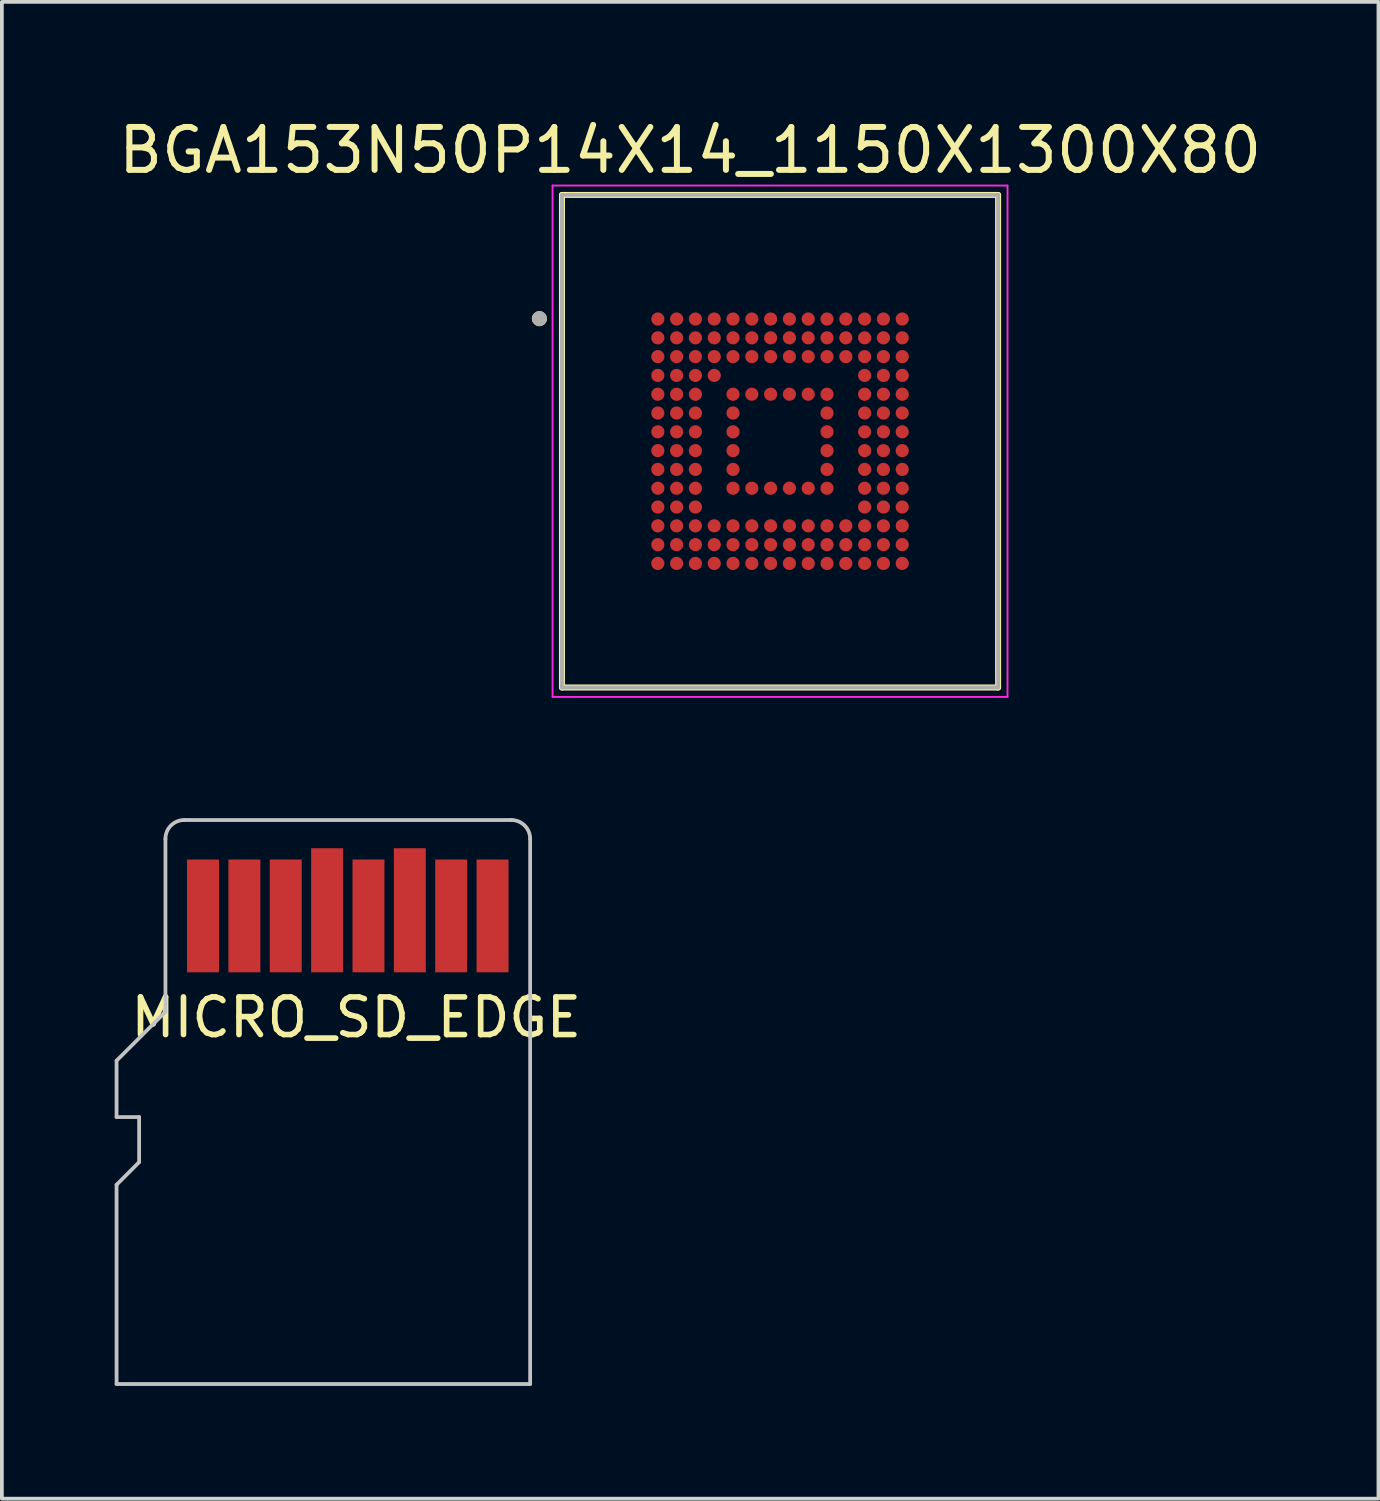
<source format=kicad_pcb>
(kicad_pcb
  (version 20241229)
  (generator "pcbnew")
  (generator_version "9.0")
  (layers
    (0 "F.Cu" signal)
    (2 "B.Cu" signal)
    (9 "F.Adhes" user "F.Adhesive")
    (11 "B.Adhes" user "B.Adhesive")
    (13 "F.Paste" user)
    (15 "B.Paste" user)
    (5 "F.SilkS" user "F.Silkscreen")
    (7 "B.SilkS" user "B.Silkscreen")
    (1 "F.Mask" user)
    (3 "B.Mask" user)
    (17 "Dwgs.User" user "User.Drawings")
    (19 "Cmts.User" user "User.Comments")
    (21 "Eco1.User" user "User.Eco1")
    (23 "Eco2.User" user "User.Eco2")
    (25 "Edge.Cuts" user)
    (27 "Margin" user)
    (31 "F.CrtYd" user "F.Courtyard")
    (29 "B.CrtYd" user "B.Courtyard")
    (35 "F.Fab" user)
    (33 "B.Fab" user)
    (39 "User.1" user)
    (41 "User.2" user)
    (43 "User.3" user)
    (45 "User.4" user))
  (footprint "BGA153N50P14X14_1150X1300X80"
    (layer "F.Cu")
    (at 17.696 8.685)
    (property "Reference" "BGA153N50P14X14_1150X1300X80" (at -2.39 -7.737 0) (layer "F.SilkS") (effects (font (size 1.141 1.141) (thickness 0.16))))
    (attr through_hole)
    (fp_line (start -5.8 6.55) (end -5.8 -6.55) (stroke (width 0.16) (type solid)) (layer "F.SilkS"))
    (fp_line (start 5.8 -6.55) (end -5.8 -6.55) (stroke (width 0.16) (type solid)) (layer "F.SilkS"))
    (fp_line (start 5.8 6.55) (end -5.8 6.55) (stroke (width 0.16) (type solid)) (layer "F.SilkS"))
    (fp_line (start 5.8 6.55) (end 5.8 -6.55) (stroke (width 0.16) (type solid)) (layer "F.SilkS"))
    (fp_circle (center -6.4 -3.26) (end -6.3 -3.26) (stroke (width 0.2) (type solid)) (fill no) (layer "F.SilkS"))
    (fp_line (start -6.05 -6.8) (end 6.05 -6.8) (stroke (width 0.05) (type solid)) (layer "F.CrtYd"))
    (fp_line (start -6.05 6.8) (end -6.05 -6.8) (stroke (width 0.05) (type solid)) (layer "F.CrtYd"))
    (fp_line (start -6.05 6.8) (end 6.05 6.8) (stroke (width 0.05) (type solid)) (layer "F.CrtYd"))
    (fp_line (start 6.05 6.8) (end 6.05 -6.8) (stroke (width 0.05) (type solid)) (layer "F.CrtYd"))
    (fp_line (start -5.8 6.55) (end -5.8 -6.55) (stroke (width 0.1) (type solid)) (layer "F.Fab"))
    (fp_line (start 5.8 -6.55) (end -5.8 -6.55) (stroke (width 0.1) (type solid)) (layer "F.Fab"))
    (fp_line (start 5.8 6.55) (end -5.8 6.55) (stroke (width 0.1) (type solid)) (layer "F.Fab"))
    (fp_line (start 5.8 6.55) (end 5.8 -6.55) (stroke (width 0.1) (type solid)) (layer "F.Fab"))
    (fp_circle (center -6.4 -3.26) (end -6.3 -3.26) (stroke (width 0.2) (type solid)) (fill no) (layer "F.Fab"))
    (pad "A1" smd circle (at -3.25 -3.25) (size 0.35 0.35) (layers "F.Cu" "F.Mask" "F.Paste"))
    (pad "A2" smd circle (at -2.75 -3.25) (size 0.35 0.35) (layers "F.Cu" "F.Mask" "F.Paste"))
    (pad "A3" smd circle (at -2.25 -3.25) (size 0.35 0.35) (layers "F.Cu" "F.Mask" "F.Paste"))
    (pad "A4" smd circle (at -1.75 -3.25) (size 0.35 0.35) (layers "F.Cu" "F.Mask" "F.Paste"))
    (pad "A5" smd circle (at -1.25 -3.25) (size 0.35 0.35) (layers "F.Cu" "F.Mask" "F.Paste"))
    (pad "A6" smd circle (at -0.75 -3.25) (size 0.35 0.35) (layers "F.Cu" "F.Mask" "F.Paste"))
    (pad "A7" smd circle (at -0.25 -3.25) (size 0.35 0.35) (layers "F.Cu" "F.Mask" "F.Paste"))
    (pad "A8" smd circle (at 0.25 -3.25) (size 0.35 0.35) (layers "F.Cu" "F.Mask" "F.Paste"))
    (pad "A9" smd circle (at 0.75 -3.25) (size 0.35 0.35) (layers "F.Cu" "F.Mask" "F.Paste"))
    (pad "A10" smd circle (at 1.25 -3.25) (size 0.35 0.35) (layers "F.Cu" "F.Mask" "F.Paste"))
    (pad "A11" smd circle (at 1.75 -3.25) (size 0.35 0.35) (layers "F.Cu" "F.Mask" "F.Paste"))
    (pad "A12" smd circle (at 2.25 -3.25) (size 0.35 0.35) (layers "F.Cu" "F.Mask" "F.Paste"))
    (pad "A13" smd circle (at 2.75 -3.25) (size 0.35 0.35) (layers "F.Cu" "F.Mask" "F.Paste"))
    (pad "A14" smd circle (at 3.25 -3.25) (size 0.35 0.35) (layers "F.Cu" "F.Mask" "F.Paste"))
    (pad "B1" smd circle (at -3.25 -2.75) (size 0.35 0.35) (layers "F.Cu" "F.Mask" "F.Paste"))
    (pad "B2" smd circle (at -2.75 -2.75) (size 0.35 0.35) (layers "F.Cu" "F.Mask" "F.Paste"))
    (pad "B3" smd circle (at -2.25 -2.75) (size 0.35 0.35) (layers "F.Cu" "F.Mask" "F.Paste"))
    (pad "B4" smd circle (at -1.75 -2.75) (size 0.35 0.35) (layers "F.Cu" "F.Mask" "F.Paste"))
    (pad "B5" smd circle (at -1.25 -2.75) (size 0.35 0.35) (layers "F.Cu" "F.Mask" "F.Paste"))
    (pad "B6" smd circle (at -0.75 -2.75) (size 0.35 0.35) (layers "F.Cu" "F.Mask" "F.Paste"))
    (pad "B7" smd circle (at -0.25 -2.75) (size 0.35 0.35) (layers "F.Cu" "F.Mask" "F.Paste"))
    (pad "B8" smd circle (at 0.25 -2.75) (size 0.35 0.35) (layers "F.Cu" "F.Mask" "F.Paste"))
    (pad "B9" smd circle (at 0.75 -2.75) (size 0.35 0.35) (layers "F.Cu" "F.Mask" "F.Paste"))
    (pad "B10" smd circle (at 1.25 -2.75) (size 0.35 0.35) (layers "F.Cu" "F.Mask" "F.Paste"))
    (pad "B11" smd circle (at 1.75 -2.75) (size 0.35 0.35) (layers "F.Cu" "F.Mask" "F.Paste"))
    (pad "B12" smd circle (at 2.25 -2.75) (size 0.35 0.35) (layers "F.Cu" "F.Mask" "F.Paste"))
    (pad "B13" smd circle (at 2.75 -2.75) (size 0.35 0.35) (layers "F.Cu" "F.Mask" "F.Paste"))
    (pad "B14" smd circle (at 3.25 -2.75) (size 0.35 0.35) (layers "F.Cu" "F.Mask" "F.Paste"))
    (pad "C1" smd circle (at -3.25 -2.25) (size 0.35 0.35) (layers "F.Cu" "F.Mask" "F.Paste"))
    (pad "C2" smd circle (at -2.75 -2.25) (size 0.35 0.35) (layers "F.Cu" "F.Mask" "F.Paste"))
    (pad "C3" smd circle (at -2.25 -2.25) (size 0.35 0.35) (layers "F.Cu" "F.Mask" "F.Paste"))
    (pad "C4" smd circle (at -1.75 -2.25) (size 0.35 0.35) (layers "F.Cu" "F.Mask" "F.Paste"))
    (pad "C5" smd circle (at -1.25 -2.25) (size 0.35 0.35) (layers "F.Cu" "F.Mask" "F.Paste"))
    (pad "C6" smd circle (at -0.75 -2.25) (size 0.35 0.35) (layers "F.Cu" "F.Mask" "F.Paste"))
    (pad "C7" smd circle (at -0.25 -2.25) (size 0.35 0.35) (layers "F.Cu" "F.Mask" "F.Paste"))
    (pad "C8" smd circle (at 0.25 -2.25) (size 0.35 0.35) (layers "F.Cu" "F.Mask" "F.Paste"))
    (pad "C9" smd circle (at 0.75 -2.25) (size 0.35 0.35) (layers "F.Cu" "F.Mask" "F.Paste"))
    (pad "C10" smd circle (at 1.25 -2.25) (size 0.35 0.35) (layers "F.Cu" "F.Mask" "F.Paste"))
    (pad "C11" smd circle (at 1.75 -2.25) (size 0.35 0.35) (layers "F.Cu" "F.Mask" "F.Paste"))
    (pad "C12" smd circle (at 2.25 -2.25) (size 0.35 0.35) (layers "F.Cu" "F.Mask" "F.Paste"))
    (pad "C13" smd circle (at 2.75 -2.25) (size 0.35 0.35) (layers "F.Cu" "F.Mask" "F.Paste"))
    (pad "C14" smd circle (at 3.25 -2.25) (size 0.35 0.35) (layers "F.Cu" "F.Mask" "F.Paste"))
    (pad "D1" smd circle (at -3.25 -1.75) (size 0.35 0.35) (layers "F.Cu" "F.Mask" "F.Paste"))
    (pad "D2" smd circle (at -2.75 -1.75) (size 0.35 0.35) (layers "F.Cu" "F.Mask" "F.Paste"))
    (pad "D3" smd circle (at -2.25 -1.75) (size 0.35 0.35) (layers "F.Cu" "F.Mask" "F.Paste"))
    (pad "D4" smd circle (at -1.75 -1.75) (size 0.35 0.35) (layers "F.Cu" "F.Mask" "F.Paste"))
    (pad "D12" smd circle (at 2.25 -1.75) (size 0.35 0.35) (layers "F.Cu" "F.Mask" "F.Paste"))
    (pad "D13" smd circle (at 2.75 -1.75) (size 0.35 0.35) (layers "F.Cu" "F.Mask" "F.Paste"))
    (pad "D14" smd circle (at 3.25 -1.75) (size 0.35 0.35) (layers "F.Cu" "F.Mask" "F.Paste"))
    (pad "E1" smd circle (at -3.25 -1.25) (size 0.35 0.35) (layers "F.Cu" "F.Mask" "F.Paste"))
    (pad "E2" smd circle (at -2.75 -1.25) (size 0.35 0.35) (layers "F.Cu" "F.Mask" "F.Paste"))
    (pad "E3" smd circle (at -2.25 -1.25) (size 0.35 0.35) (layers "F.Cu" "F.Mask" "F.Paste"))
    (pad "E5" smd circle (at -1.25 -1.25) (size 0.35 0.35) (layers "F.Cu" "F.Mask" "F.Paste"))
    (pad "E6" smd circle (at -0.75 -1.25) (size 0.35 0.35) (layers "F.Cu" "F.Mask" "F.Paste"))
    (pad "E7" smd circle (at -0.25 -1.25) (size 0.35 0.35) (layers "F.Cu" "F.Mask" "F.Paste"))
    (pad "E8" smd circle (at 0.25 -1.25) (size 0.35 0.35) (layers "F.Cu" "F.Mask" "F.Paste"))
    (pad "E9" smd circle (at 0.75 -1.25) (size 0.35 0.35) (layers "F.Cu" "F.Mask" "F.Paste"))
    (pad "E10" smd circle (at 1.25 -1.25) (size 0.35 0.35) (layers "F.Cu" "F.Mask" "F.Paste"))
    (pad "E12" smd circle (at 2.25 -1.25) (size 0.35 0.35) (layers "F.Cu" "F.Mask" "F.Paste"))
    (pad "E13" smd circle (at 2.75 -1.25) (size 0.35 0.35) (layers "F.Cu" "F.Mask" "F.Paste"))
    (pad "E14" smd circle (at 3.25 -1.25) (size 0.35 0.35) (layers "F.Cu" "F.Mask" "F.Paste"))
    (pad "F1" smd circle (at -3.25 -0.75) (size 0.35 0.35) (layers "F.Cu" "F.Mask" "F.Paste"))
    (pad "F2" smd circle (at -2.75 -0.75) (size 0.35 0.35) (layers "F.Cu" "F.Mask" "F.Paste"))
    (pad "F3" smd circle (at -2.25 -0.75) (size 0.35 0.35) (layers "F.Cu" "F.Mask" "F.Paste"))
    (pad "F5" smd circle (at -1.25 -0.75) (size 0.35 0.35) (layers "F.Cu" "F.Mask" "F.Paste"))
    (pad "F10" smd circle (at 1.25 -0.75) (size 0.35 0.35) (layers "F.Cu" "F.Mask" "F.Paste"))
    (pad "F12" smd circle (at 2.25 -0.75) (size 0.35 0.35) (layers "F.Cu" "F.Mask" "F.Paste"))
    (pad "F13" smd circle (at 2.75 -0.75) (size 0.35 0.35) (layers "F.Cu" "F.Mask" "F.Paste"))
    (pad "F14" smd circle (at 3.25 -0.75) (size 0.35 0.35) (layers "F.Cu" "F.Mask" "F.Paste"))
    (pad "G1" smd circle (at -3.25 -0.25) (size 0.35 0.35) (layers "F.Cu" "F.Mask" "F.Paste"))
    (pad "G2" smd circle (at -2.75 -0.25) (size 0.35 0.35) (layers "F.Cu" "F.Mask" "F.Paste"))
    (pad "G3" smd circle (at -2.25 -0.25) (size 0.35 0.35) (layers "F.Cu" "F.Mask" "F.Paste"))
    (pad "G5" smd circle (at -1.25 -0.25) (size 0.35 0.35) (layers "F.Cu" "F.Mask" "F.Paste"))
    (pad "G10" smd circle (at 1.25 -0.25) (size 0.35 0.35) (layers "F.Cu" "F.Mask" "F.Paste"))
    (pad "G12" smd circle (at 2.25 -0.25) (size 0.35 0.35) (layers "F.Cu" "F.Mask" "F.Paste"))
    (pad "G13" smd circle (at 2.75 -0.25) (size 0.35 0.35) (layers "F.Cu" "F.Mask" "F.Paste"))
    (pad "G14" smd circle (at 3.25 -0.25) (size 0.35 0.35) (layers "F.Cu" "F.Mask" "F.Paste"))
    (pad "H1" smd circle (at -3.25 0.25) (size 0.35 0.35) (layers "F.Cu" "F.Mask" "F.Paste"))
    (pad "H2" smd circle (at -2.75 0.25) (size 0.35 0.35) (layers "F.Cu" "F.Mask" "F.Paste"))
    (pad "H3" smd circle (at -2.25 0.25) (size 0.35 0.35) (layers "F.Cu" "F.Mask" "F.Paste"))
    (pad "H5" smd circle (at -1.25 0.25) (size 0.35 0.35) (layers "F.Cu" "F.Mask" "F.Paste"))
    (pad "H10" smd circle (at 1.25 0.25) (size 0.35 0.35) (layers "F.Cu" "F.Mask" "F.Paste"))
    (pad "H12" smd circle (at 2.25 0.25) (size 0.35 0.35) (layers "F.Cu" "F.Mask" "F.Paste"))
    (pad "H13" smd circle (at 2.75 0.25) (size 0.35 0.35) (layers "F.Cu" "F.Mask" "F.Paste"))
    (pad "H14" smd circle (at 3.25 0.25) (size 0.35 0.35) (layers "F.Cu" "F.Mask" "F.Paste"))
    (pad "J1" smd circle (at -3.25 0.75) (size 0.35 0.35) (layers "F.Cu" "F.Mask" "F.Paste"))
    (pad "J2" smd circle (at -2.75 0.75) (size 0.35 0.35) (layers "F.Cu" "F.Mask" "F.Paste"))
    (pad "J3" smd circle (at -2.25 0.75) (size 0.35 0.35) (layers "F.Cu" "F.Mask" "F.Paste"))
    (pad "J5" smd circle (at -1.25 0.75) (size 0.35 0.35) (layers "F.Cu" "F.Mask" "F.Paste"))
    (pad "J10" smd circle (at 1.25 0.75) (size 0.35 0.35) (layers "F.Cu" "F.Mask" "F.Paste"))
    (pad "J12" smd circle (at 2.25 0.75) (size 0.35 0.35) (layers "F.Cu" "F.Mask" "F.Paste"))
    (pad "J13" smd circle (at 2.75 0.75) (size 0.35 0.35) (layers "F.Cu" "F.Mask" "F.Paste"))
    (pad "J14" smd circle (at 3.25 0.75) (size 0.35 0.35) (layers "F.Cu" "F.Mask" "F.Paste"))
    (pad "K1" smd circle (at -3.25 1.25) (size 0.35 0.35) (layers "F.Cu" "F.Mask" "F.Paste"))
    (pad "K2" smd circle (at -2.75 1.25) (size 0.35 0.35) (layers "F.Cu" "F.Mask" "F.Paste"))
    (pad "K3" smd circle (at -2.25 1.25) (size 0.35 0.35) (layers "F.Cu" "F.Mask" "F.Paste"))
    (pad "K5" smd circle (at -1.25 1.25) (size 0.35 0.35) (layers "F.Cu" "F.Mask" "F.Paste"))
    (pad "K6" smd circle (at -0.75 1.25) (size 0.35 0.35) (layers "F.Cu" "F.Mask" "F.Paste"))
    (pad "K7" smd circle (at -0.25 1.25) (size 0.35 0.35) (layers "F.Cu" "F.Mask" "F.Paste"))
    (pad "K8" smd circle (at 0.25 1.25) (size 0.35 0.35) (layers "F.Cu" "F.Mask" "F.Paste"))
    (pad "K9" smd circle (at 0.75 1.25) (size 0.35 0.35) (layers "F.Cu" "F.Mask" "F.Paste"))
    (pad "K10" smd circle (at 1.25 1.25) (size 0.35 0.35) (layers "F.Cu" "F.Mask" "F.Paste"))
    (pad "K12" smd circle (at 2.25 1.25) (size 0.35 0.35) (layers "F.Cu" "F.Mask" "F.Paste"))
    (pad "K13" smd circle (at 2.75 1.25) (size 0.35 0.35) (layers "F.Cu" "F.Mask" "F.Paste"))
    (pad "K14" smd circle (at 3.25 1.25) (size 0.35 0.35) (layers "F.Cu" "F.Mask" "F.Paste"))
    (pad "L1" smd circle (at -3.25 1.75) (size 0.35 0.35) (layers "F.Cu" "F.Mask" "F.Paste"))
    (pad "L2" smd circle (at -2.75 1.75) (size 0.35 0.35) (layers "F.Cu" "F.Mask" "F.Paste"))
    (pad "L3" smd circle (at -2.25 1.75) (size 0.35 0.35) (layers "F.Cu" "F.Mask" "F.Paste"))
    (pad "L12" smd circle (at 2.25 1.75) (size 0.35 0.35) (layers "F.Cu" "F.Mask" "F.Paste"))
    (pad "L13" smd circle (at 2.75 1.75) (size 0.35 0.35) (layers "F.Cu" "F.Mask" "F.Paste"))
    (pad "L14" smd circle (at 3.25 1.75) (size 0.35 0.35) (layers "F.Cu" "F.Mask" "F.Paste"))
    (pad "M1" smd circle (at -3.25 2.25) (size 0.35 0.35) (layers "F.Cu" "F.Mask" "F.Paste"))
    (pad "M2" smd circle (at -2.75 2.25) (size 0.35 0.35) (layers "F.Cu" "F.Mask" "F.Paste"))
    (pad "M3" smd circle (at -2.25 2.25) (size 0.35 0.35) (layers "F.Cu" "F.Mask" "F.Paste"))
    (pad "M4" smd circle (at -1.75 2.25) (size 0.35 0.35) (layers "F.Cu" "F.Mask" "F.Paste"))
    (pad "M5" smd circle (at -1.25 2.25) (size 0.35 0.35) (layers "F.Cu" "F.Mask" "F.Paste"))
    (pad "M6" smd circle (at -0.75 2.25) (size 0.35 0.35) (layers "F.Cu" "F.Mask" "F.Paste"))
    (pad "M7" smd circle (at -0.25 2.25) (size 0.35 0.35) (layers "F.Cu" "F.Mask" "F.Paste"))
    (pad "M8" smd circle (at 0.25 2.25) (size 0.35 0.35) (layers "F.Cu" "F.Mask" "F.Paste"))
    (pad "M9" smd circle (at 0.75 2.25) (size 0.35 0.35) (layers "F.Cu" "F.Mask" "F.Paste"))
    (pad "M10" smd circle (at 1.25 2.25) (size 0.35 0.35) (layers "F.Cu" "F.Mask" "F.Paste"))
    (pad "M11" smd circle (at 1.75 2.25) (size 0.35 0.35) (layers "F.Cu" "F.Mask" "F.Paste"))
    (pad "M12" smd circle (at 2.25 2.25) (size 0.35 0.35) (layers "F.Cu" "F.Mask" "F.Paste"))
    (pad "M13" smd circle (at 2.75 2.25) (size 0.35 0.35) (layers "F.Cu" "F.Mask" "F.Paste"))
    (pad "M14" smd circle (at 3.25 2.25) (size 0.35 0.35) (layers "F.Cu" "F.Mask" "F.Paste"))
    (pad "N1" smd circle (at -3.25 2.75) (size 0.35 0.35) (layers "F.Cu" "F.Mask" "F.Paste"))
    (pad "N2" smd circle (at -2.75 2.75) (size 0.35 0.35) (layers "F.Cu" "F.Mask" "F.Paste"))
    (pad "N3" smd circle (at -2.25 2.75) (size 0.35 0.35) (layers "F.Cu" "F.Mask" "F.Paste"))
    (pad "N4" smd circle (at -1.75 2.75) (size 0.35 0.35) (layers "F.Cu" "F.Mask" "F.Paste"))
    (pad "N5" smd circle (at -1.25 2.75) (size 0.35 0.35) (layers "F.Cu" "F.Mask" "F.Paste"))
    (pad "N6" smd circle (at -0.75 2.75) (size 0.35 0.35) (layers "F.Cu" "F.Mask" "F.Paste"))
    (pad "N7" smd circle (at -0.25 2.75) (size 0.35 0.35) (layers "F.Cu" "F.Mask" "F.Paste"))
    (pad "N8" smd circle (at 0.25 2.75) (size 0.35 0.35) (layers "F.Cu" "F.Mask" "F.Paste"))
    (pad "N9" smd circle (at 0.75 2.75) (size 0.35 0.35) (layers "F.Cu" "F.Mask" "F.Paste"))
    (pad "N10" smd circle (at 1.25 2.75) (size 0.35 0.35) (layers "F.Cu" "F.Mask" "F.Paste"))
    (pad "N11" smd circle (at 1.75 2.75) (size 0.35 0.35) (layers "F.Cu" "F.Mask" "F.Paste"))
    (pad "N12" smd circle (at 2.25 2.75) (size 0.35 0.35) (layers "F.Cu" "F.Mask" "F.Paste"))
    (pad "N13" smd circle (at 2.75 2.75) (size 0.35 0.35) (layers "F.Cu" "F.Mask" "F.Paste"))
    (pad "N14" smd circle (at 3.25 2.75) (size 0.35 0.35) (layers "F.Cu" "F.Mask" "F.Paste"))
    (pad "P1" smd circle (at -3.25 3.25) (size 0.35 0.35) (layers "F.Cu" "F.Mask" "F.Paste"))
    (pad "P2" smd circle (at -2.75 3.25) (size 0.35 0.35) (layers "F.Cu" "F.Mask" "F.Paste"))
    (pad "P3" smd circle (at -2.25 3.25) (size 0.35 0.35) (layers "F.Cu" "F.Mask" "F.Paste"))
    (pad "P4" smd circle (at -1.75 3.25) (size 0.35 0.35) (layers "F.Cu" "F.Mask" "F.Paste"))
    (pad "P5" smd circle (at -1.25 3.25) (size 0.35 0.35) (layers "F.Cu" "F.Mask" "F.Paste"))
    (pad "P6" smd circle (at -0.75 3.25) (size 0.35 0.35) (layers "F.Cu" "F.Mask" "F.Paste"))
    (pad "P7" smd circle (at -0.25 3.25) (size 0.35 0.35) (layers "F.Cu" "F.Mask" "F.Paste"))
    (pad "P8" smd circle (at 0.25 3.25) (size 0.35 0.35) (layers "F.Cu" "F.Mask" "F.Paste"))
    (pad "P9" smd circle (at 0.75 3.25) (size 0.35 0.35) (layers "F.Cu" "F.Mask" "F.Paste"))
    (pad "P10" smd circle (at 1.25 3.25) (size 0.35 0.35) (layers "F.Cu" "F.Mask" "F.Paste"))
    (pad "P11" smd circle (at 1.75 3.25) (size 0.35 0.35) (layers "F.Cu" "F.Mask" "F.Paste"))
    (pad "P12" smd circle (at 2.25 3.25) (size 0.35 0.35) (layers "F.Cu" "F.Mask" "F.Paste"))
    (pad "P13" smd circle (at 2.75 3.25) (size 0.35 0.35) (layers "F.Cu" "F.Mask" "F.Paste"))
    (pad "P14" smd circle (at 3.25 3.25) (size 0.35 0.35) (layers "F.Cu" "F.Mask" "F.Paste")))
  (footprint "MICRO_SD_EDGE"
    (layer "F.Cu")
    (at 11.05 18.76)
    (property "Reference" "MICRO_SD_EDGE" (at -4.625 5.25 0) (layer "F.SilkS") (effects (font (size 1 1) (thickness 0.15))))
    (attr exclude_from_pos_files exclude_from_bom)
    (fp_line (start -11 6.4) (end -11 7.9) (stroke (width 0.1) (type solid)) (layer "Dwgs.User"))
    (fp_line (start -11 6.4) (end -9.7 5.1) (stroke (width 0.1) (type solid)) (layer "Dwgs.User"))
    (fp_line (start -11 7.9) (end -10.4 7.9) (stroke (width 0.1) (type solid)) (layer "Dwgs.User"))
    (fp_line (start -11 9.7) (end -11 15) (stroke (width 0.1) (type solid)) (layer "Dwgs.User"))
    (fp_line (start -11 15) (end 0 15) (stroke (width 0.1) (type solid)) (layer "Dwgs.User"))
    (fp_line (start -10.4 7.9) (end -10.4 9.1) (stroke (width 0.1) (type solid)) (layer "Dwgs.User"))
    (fp_line (start -10.4 9.1) (end -11 9.7) (stroke (width 0.1) (type solid)) (layer "Dwgs.User"))
    (fp_line (start -9.7 0.5) (end -9.7 5.1) (stroke (width 0.1) (type solid)) (layer "Dwgs.User"))
    (fp_line (start -9.2 0) (end -0.5 0) (stroke (width 0.1) (type solid)) (layer "Dwgs.User"))
    (fp_line (start 0 0.5) (end 0 15) (stroke (width 0.1) (type solid)) (layer "Dwgs.User"))
    (fp_arc (start -9.7 0.5) (mid -9.553553 0.146447) (end -9.2 0) (stroke (width 0.1) (type solid)) (layer "Dwgs.User"))
    (fp_arc (start -0.5 0) (mid -0.146447 0.146447) (end 0 0.5) (stroke (width 0.1) (type solid)) (layer "Dwgs.User"))
    (pad "1" connect rect (at -8.7 2.55 180) (size 0.85 3) (layers "F.Cu" "F.Mask"))
    (pad "2" connect rect (at -7.6 2.55 180) (size 0.85 3) (layers "F.Cu" "F.Mask"))
    (pad "3" connect rect (at -6.5 2.55 180) (size 0.85 3) (layers "F.Cu" "F.Mask"))
    (pad "4" connect rect (at -5.4 2.4 180) (size 0.85 3.3) (layers "F.Cu" "F.Mask"))
    (pad "5" connect rect (at -4.3 2.55 180) (size 0.85 3) (layers "F.Cu" "F.Mask"))
    (pad "6" connect rect (at -3.2 2.4 180) (size 0.85 3.3) (layers "F.Cu" "F.Mask"))
    (pad "7" connect rect (at -2.1 2.55 180) (size 0.85 3) (layers "F.Cu" "F.Mask"))
    (pad "8" connect rect (at -1 2.55 180) (size 0.85 3) (layers "F.Cu" "F.Mask")))
  (gr_rect
    (start -3 -3)
    (end 33.612 36.81)
    (stroke (width 0.1) (type default))
    (fill no)
    (layer "Edge.Cuts")))
</source>
